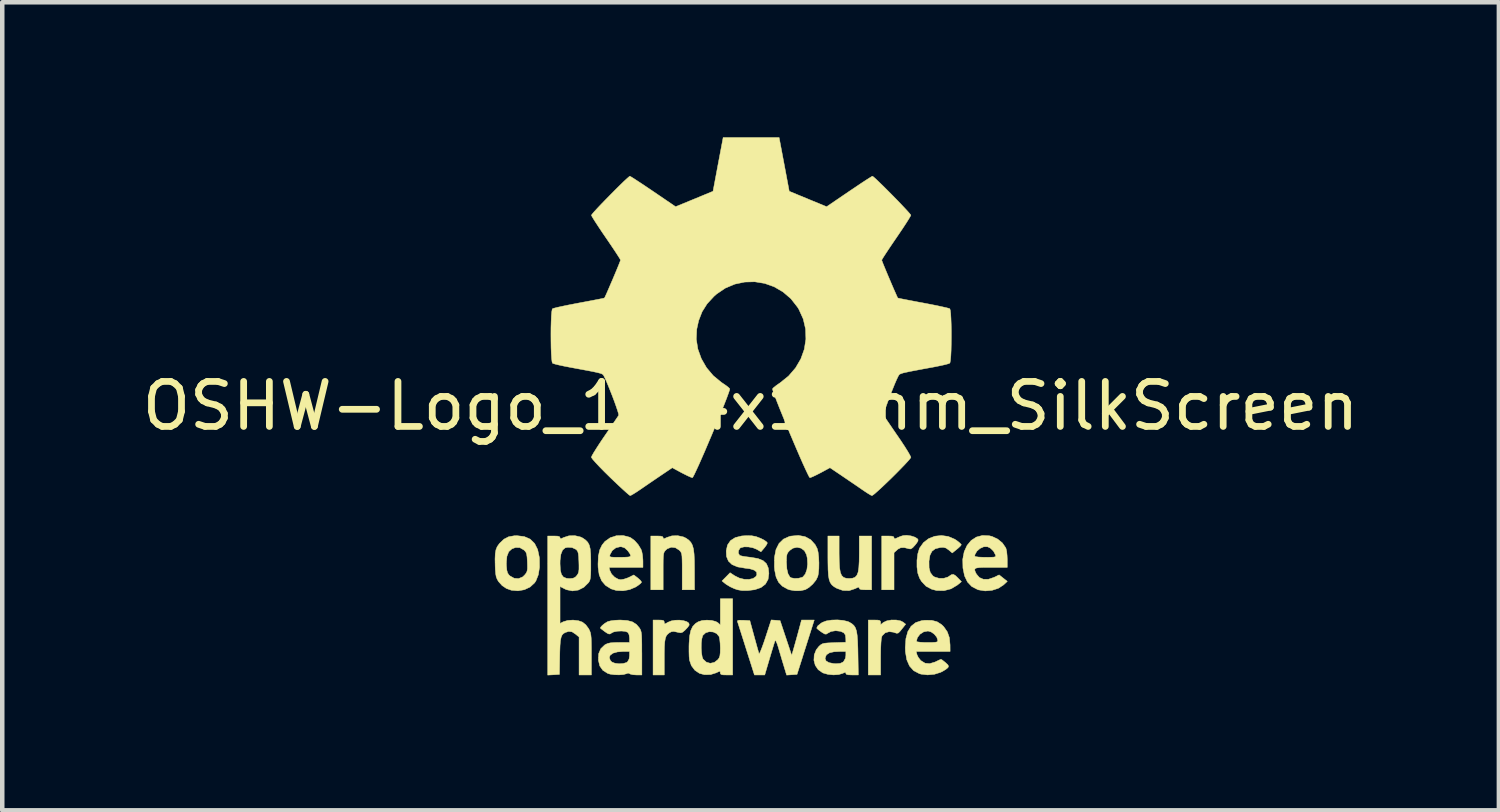
<source format=kicad_pcb>
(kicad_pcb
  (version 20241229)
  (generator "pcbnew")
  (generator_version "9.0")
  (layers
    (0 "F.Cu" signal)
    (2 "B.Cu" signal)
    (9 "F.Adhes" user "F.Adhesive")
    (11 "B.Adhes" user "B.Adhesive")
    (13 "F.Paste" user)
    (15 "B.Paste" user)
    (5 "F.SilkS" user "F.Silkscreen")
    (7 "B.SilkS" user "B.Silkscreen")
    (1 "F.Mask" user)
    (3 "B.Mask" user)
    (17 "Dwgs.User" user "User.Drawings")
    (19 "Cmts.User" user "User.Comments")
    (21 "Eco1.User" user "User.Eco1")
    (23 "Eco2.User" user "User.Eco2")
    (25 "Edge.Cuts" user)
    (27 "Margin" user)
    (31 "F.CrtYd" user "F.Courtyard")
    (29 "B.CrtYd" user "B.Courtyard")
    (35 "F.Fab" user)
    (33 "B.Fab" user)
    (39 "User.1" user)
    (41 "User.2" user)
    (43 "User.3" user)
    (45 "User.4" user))
  (footprint "OSHW-Logo_11.4x12mm_SilkScreen"
    (layer "F.Cu")
    (at 13.625 5.969)
    (property "Reference" "OSHW-Logo_11.4x12mm_SilkScreen" (at 0 0 180) (layer "F.SilkS") (effects (font (size 1 1) (thickness 0.15))))
    (attr exclude_from_pos_files exclude_from_bom)
    (fp_poly (pts (xy 3.564 2.887) (xy 3.649 2.914) (xy 3.704 2.947) (xy 3.722 2.973) (xy 3.717 3.004) (xy 3.685 3.053) (xy 3.658 3.087) (xy 3.602 3.149) (xy 3.56 3.176) (xy 3.524 3.174) (xy 3.418 3.147) (xy 3.34 3.148) (xy 3.277 3.179) (xy 3.256 3.197) (xy 3.187 3.26) (xy 3.187 4.084) (xy 2.914 4.084) (xy 2.914 2.889) (xy 3.05 2.889) (xy 3.133 2.892) (xy 3.175 2.903) (xy 3.187 2.926) (xy 3.187 2.927) (xy 3.193 2.95) (xy 3.22 2.947) (xy 3.256 2.93) (xy 3.331 2.898) (xy 3.392 2.879) (xy 3.471 2.874) (xy 3.564 2.887)) (stroke (width 0.01) (type solid)) (fill yes) (layer "F.SilkS"))
    (fp_poly (pts (xy 3.238 4.756) (xy 3.334 4.775) (xy 3.389 4.803) (xy 3.446 4.849) (xy 3.364 4.952) (xy 3.314 5.014) (xy 3.28 5.045) (xy 3.246 5.05) (xy 3.196 5.035) (xy 3.173 5.026) (xy 3.078 5.014) (xy 2.991 5.04) (xy 2.927 5.101) (xy 2.917 5.12) (xy 2.905 5.171) (xy 2.897 5.266) (xy 2.891 5.396) (xy 2.889 5.556) (xy 2.889 5.579) (xy 2.889 5.976) (xy 2.615 5.976) (xy 2.615 4.756) (xy 2.752 4.756) (xy 2.831 4.758) (xy 2.872 4.768) (xy 2.887 4.788) (xy 2.889 4.808) (xy 2.889 4.859) (xy 2.954 4.808) (xy 3.029 4.773) (xy 3.131 4.755) (xy 3.238 4.756)) (stroke (width 0.01) (type solid)) (fill yes) (layer "F.SilkS"))
    (fp_poly (pts (xy -1.967 4.759) (xy -1.93 4.77) (xy -1.918 4.795) (xy -1.917 4.806) (xy -1.915 4.837) (xy -1.9 4.841) (xy -1.86 4.82) (xy -1.837 4.806) (xy -1.761 4.775) (xy -1.672 4.76) (xy -1.577 4.758) (xy -1.489 4.77) (xy -1.417 4.792) (xy -1.372 4.824) (xy -1.363 4.865) (xy -1.367 4.875) (xy -1.4 4.921) (xy -1.452 4.976) (xy -1.461 4.985) (xy -1.51 5.026) (xy -1.552 5.04) (xy -1.611 5.03) (xy -1.635 5.024) (xy -1.708 5.009) (xy -1.76 5.016) (xy -1.804 5.039) (xy -1.844 5.071) (xy -1.874 5.111) (xy -1.894 5.166) (xy -1.907 5.245) (xy -1.914 5.355) (xy -1.917 5.503) (xy -1.917 5.592) (xy -1.917 5.976) (xy -2.166 5.976) (xy -2.166 4.756) (xy -2.042 4.756) (xy -1.967 4.759)) (stroke (width 0.01) (type solid)) (fill yes) (layer "F.SilkS"))
    (fp_poly (pts (xy 1.967 3.276) (xy 1.97 3.459) (xy 1.978 3.598) (xy 1.995 3.698) (xy 2.023 3.766) (xy 2.065 3.808) (xy 2.121 3.828) (xy 2.191 3.833) (xy 2.265 3.827) (xy 2.321 3.806) (xy 2.361 3.763) (xy 2.389 3.694) (xy 2.405 3.591) (xy 2.413 3.451) (xy 2.415 3.276) (xy 2.415 2.889) (xy 2.689 2.889) (xy 2.689 4.084) (xy 2.552 4.084) (xy 2.47 4.081) (xy 2.427 4.069) (xy 2.415 4.047) (xy 2.408 4.027) (xy 2.38 4.031) (xy 2.322 4.059) (xy 2.191 4.102) (xy 2.051 4.099) (xy 1.918 4.052) (xy 1.854 4.015) (xy 1.806 3.975) (xy 1.77 3.924) (xy 1.746 3.857) (xy 1.73 3.765) (xy 1.722 3.642) (xy 1.719 3.481) (xy 1.718 3.356) (xy 1.718 2.889) (xy 1.967 2.889) (xy 1.967 3.276)) (stroke (width 0.01) (type solid)) (fill yes) (layer "F.SilkS"))
    (fp_poly (pts (xy -1.493 2.909) (xy -1.431 2.939) (xy -1.371 2.982) (xy -1.326 3.031) (xy -1.292 3.094) (xy -1.269 3.177) (xy -1.255 3.288) (xy -1.248 3.434) (xy -1.246 3.622) (xy -1.246 3.642) (xy -1.245 4.084) (xy -1.519 4.084) (xy -1.519 3.676) (xy -1.519 3.525) (xy -1.521 3.416) (xy -1.524 3.34) (xy -1.531 3.289) (xy -1.543 3.255) (xy -1.56 3.229) (xy -1.585 3.203) (xy -1.67 3.149) (xy -1.762 3.138) (xy -1.851 3.173) (xy -1.881 3.199) (xy -1.904 3.223) (xy -1.92 3.249) (xy -1.931 3.285) (xy -1.937 3.339) (xy -1.941 3.418) (xy -1.942 3.533) (xy -1.942 3.672) (xy -1.942 4.084) (xy -2.216 4.084) (xy -2.216 2.889) (xy -2.079 2.889) (xy -1.997 2.892) (xy -1.955 2.903) (xy -1.942 2.926) (xy -1.942 2.927) (xy -1.937 2.949) (xy -1.911 2.946) (xy -1.861 2.922) (xy -1.748 2.886) (xy -1.618 2.882) (xy -1.493 2.909)) (stroke (width 0.01) (type solid)) (fill yes) (layer "F.SilkS"))
    (fp_poly (pts (xy 4.391 2.899) (xy 4.535 2.96) (xy 4.581 2.99) (xy 4.639 3.036) (xy 4.675 3.072) (xy 4.682 3.084) (xy 4.664 3.11) (xy 4.618 3.154) (xy 4.581 3.185) (xy 4.481 3.266) (xy 4.402 3.199) (xy 4.341 3.156) (xy 4.281 3.141) (xy 4.213 3.145) (xy 4.104 3.172) (xy 4.03 3.228) (xy 3.985 3.318) (xy 3.964 3.448) (xy 3.964 3.449) (xy 3.966 3.594) (xy 3.993 3.701) (xy 4.049 3.774) (xy 4.086 3.799) (xy 4.186 3.829) (xy 4.293 3.829) (xy 4.386 3.8) (xy 4.408 3.785) (xy 4.463 3.748) (xy 4.506 3.742) (xy 4.552 3.769) (xy 4.604 3.819) (xy 4.685 3.903) (xy 4.595 3.978) (xy 4.455 4.062) (xy 4.298 4.103) (xy 4.134 4.1) (xy 4.026 4.072) (xy 3.899 4.005) (xy 3.798 3.898) (xy 3.753 3.822) (xy 3.715 3.714) (xy 3.697 3.577) (xy 3.697 3.429) (xy 3.715 3.286) (xy 3.751 3.167) (xy 3.757 3.155) (xy 3.842 3.035) (xy 3.957 2.947) (xy 4.093 2.894) (xy 4.24 2.878) (xy 4.391 2.899)) (stroke (width 0.01) (type solid)) (fill yes) (layer "F.SilkS"))
    (fp_poly (pts (xy 1.21 2.903) (xy 1.336 2.972) (xy 1.434 3.08) (xy 1.48 3.168) (xy 1.5 3.246) (xy 1.513 3.357) (xy 1.519 3.485) (xy 1.517 3.613) (xy 1.506 3.726) (xy 1.494 3.786) (xy 1.454 3.868) (xy 1.383 3.956) (xy 1.298 4.032) (xy 1.214 4.082) (xy 1.212 4.082) (xy 1.108 4.104) (xy 0.985 4.105) (xy 0.867 4.085) (xy 0.822 4.069) (xy 0.705 4.003) (xy 0.622 3.916) (xy 0.567 3.801) (xy 0.536 3.651) (xy 0.529 3.572) (xy 0.53 3.473) (xy 0.797 3.473) (xy 0.806 3.618) (xy 0.832 3.728) (xy 0.873 3.798) (xy 0.902 3.818) (xy 0.977 3.832) (xy 1.066 3.828) (xy 1.144 3.808) (xy 1.164 3.797) (xy 1.217 3.732) (xy 1.252 3.633) (xy 1.267 3.513) (xy 1.26 3.383) (xy 1.244 3.306) (xy 1.197 3.216) (xy 1.123 3.16) (xy 1.033 3.14) (xy 0.941 3.16) (xy 0.87 3.21) (xy 0.832 3.252) (xy 0.811 3.292) (xy 0.8 3.347) (xy 0.797 3.432) (xy 0.797 3.473) (xy 0.53 3.473) (xy 0.531 3.362) (xy 0.565 3.189) (xy 0.632 3.055) (xy 0.731 2.958) (xy 0.862 2.899) (xy 0.89 2.892) (xy 1.06 2.876) (xy 1.21 2.903)) (stroke (width 0.01) (type solid)) (fill yes) (layer "F.SilkS"))
    (fp_poly (pts (xy 0.558 4.761) (xy 0.656 4.769) (xy 0.785 5.155) (xy 0.914 5.541) (xy 0.954 5.404) (xy 0.978 5.319) (xy 1.01 5.205) (xy 1.045 5.079) (xy 1.063 5.012) (xy 1.132 4.756) (xy 1.415 4.756) (xy 1.33 5.024) (xy 1.288 5.156) (xy 1.238 5.314) (xy 1.185 5.48) (xy 1.139 5.628) (xy 1.032 5.964) (xy 0.801 5.979) (xy 0.738 5.772) (xy 0.699 5.644) (xy 0.657 5.502) (xy 0.62 5.377) (xy 0.619 5.372) (xy 0.592 5.288) (xy 0.567 5.23) (xy 0.55 5.208) (xy 0.547 5.21) (xy 0.534 5.244) (xy 0.511 5.317) (xy 0.48 5.419) (xy 0.443 5.542) (xy 0.423 5.609) (xy 0.315 5.976) (xy 0.086 5.976) (xy -0.098 5.397) (xy -0.149 5.235) (xy -0.196 5.088) (xy -0.236 4.962) (xy -0.267 4.865) (xy -0.287 4.804) (xy -0.293 4.786) (xy -0.288 4.768) (xy -0.251 4.76) (xy -0.173 4.761) (xy -0.16 4.761) (xy -0.016 4.769) (xy 0.079 5.117) (xy 0.114 5.244) (xy 0.145 5.356) (xy 0.17 5.443) (xy 0.185 5.495) (xy 0.188 5.503) (xy 0.2 5.494) (xy 0.224 5.443) (xy 0.257 5.359) (xy 0.297 5.248) (xy 0.331 5.147) (xy 0.459 4.754) (xy 0.558 4.761)) (stroke (width 0.01) (type solid)) (fill yes) (layer "F.SilkS"))
    (fp_poly (pts (xy -5.027 2.902) (xy -4.896 2.959) (xy -4.798 3.055) (xy -4.73 3.19) (xy -4.693 3.364) (xy -4.691 3.391) (xy -4.689 3.582) (xy -4.715 3.75) (xy -4.769 3.886) (xy -4.798 3.93) (xy -4.898 4.022) (xy -5.025 4.082) (xy -5.168 4.107) (xy -5.314 4.094) (xy -5.424 4.055) (xy -5.52 3.99) (xy -5.597 3.904) (xy -5.599 3.902) (xy -5.63 3.849) (xy -5.651 3.795) (xy -5.663 3.728) (xy -5.671 3.633) (xy -5.674 3.555) (xy -5.675 3.484) (xy -5.426 3.484) (xy -5.424 3.554) (xy -5.415 3.648) (xy -5.399 3.708) (xy -5.371 3.751) (xy -5.345 3.776) (xy -5.252 3.828) (xy -5.154 3.835) (xy -5.063 3.798) (xy -5.018 3.755) (xy -4.985 3.713) (xy -4.966 3.672) (xy -4.957 3.619) (xy -4.957 3.54) (xy -4.959 3.467) (xy -4.965 3.363) (xy -4.974 3.295) (xy -4.99 3.251) (xy -5.017 3.217) (xy -5.038 3.198) (xy -5.127 3.147) (xy -5.223 3.145) (xy -5.303 3.175) (xy -5.372 3.237) (xy -5.413 3.34) (xy -5.426 3.484) (xy -5.675 3.484) (xy -5.677 3.4) (xy -5.672 3.284) (xy -5.657 3.196) (xy -5.63 3.128) (xy -5.588 3.067) (xy -5.573 3.049) (xy -5.478 2.959) (xy -5.375 2.906) (xy -5.25 2.884) (xy -5.189 2.882) (xy -5.027 2.902)) (stroke (width 0.01) (type solid)) (fill yes) (layer "F.SilkS"))
    (fp_poly (pts (xy -0.398 5.976) (xy -0.535 5.976) (xy -0.615 5.974) (xy -0.656 5.964) (xy -0.671 5.944) (xy -0.672 5.929) (xy -0.675 5.901) (xy -0.691 5.895) (xy -0.732 5.913) (xy -0.765 5.929) (xy -0.889 5.968) (xy -1.024 5.97) (xy -1.134 5.941) (xy -1.237 5.872) (xy -1.315 5.769) (xy -1.357 5.647) (xy -1.358 5.64) (xy -1.365 5.566) (xy -1.368 5.46) (xy -1.368 5.379) (xy -1.096 5.379) (xy -1.089 5.486) (xy -1.075 5.574) (xy -1.056 5.624) (xy -0.982 5.692) (xy -0.895 5.717) (xy -0.805 5.697) (xy -0.728 5.638) (xy -0.699 5.598) (xy -0.682 5.551) (xy -0.674 5.482) (xy -0.672 5.379) (xy -0.676 5.276) (xy -0.685 5.186) (xy -0.698 5.126) (xy -0.7 5.12) (xy -0.754 5.056) (xy -0.831 5.021) (xy -0.918 5.015) (xy -0.998 5.039) (xy -1.058 5.095) (xy -1.064 5.106) (xy -1.083 5.173) (xy -1.094 5.269) (xy -1.096 5.379) (xy -1.368 5.379) (xy -1.368 5.338) (xy -1.366 5.273) (xy -1.354 5.111) (xy -1.328 4.99) (xy -1.286 4.9) (xy -1.224 4.834) (xy -1.163 4.795) (xy -1.078 4.767) (xy -0.972 4.758) (xy -0.864 4.765) (xy -0.772 4.789) (xy -0.723 4.818) (xy -0.672 4.864) (xy -0.672 4.283) (xy -0.398 4.283) (xy -0.398 5.976)) (stroke (width 0.01) (type solid)) (fill yes) (layer "F.SilkS"))
    (fp_poly (pts (xy 5.303 2.884) (xy 5.367 2.9) (xy 5.489 2.957) (xy 5.594 3.043) (xy 5.666 3.147) (xy 5.676 3.17) (xy 5.69 3.231) (xy 5.699 3.322) (xy 5.703 3.413) (xy 5.703 3.586) (xy 5.341 3.586) (xy 5.193 3.586) (xy 5.088 3.59) (xy 5.021 3.599) (xy 4.987 3.616) (xy 4.979 3.643) (xy 4.992 3.684) (xy 5.016 3.732) (xy 5.082 3.811) (xy 5.174 3.851) (xy 5.286 3.85) (xy 5.412 3.807) (xy 5.522 3.753) (xy 5.613 3.825) (xy 5.704 3.897) (xy 5.619 3.976) (xy 5.504 4.051) (xy 5.364 4.096) (xy 5.212 4.109) (xy 5.066 4.086) (xy 5.043 4.078) (xy 4.914 4.011) (xy 4.819 3.911) (xy 4.754 3.775) (xy 4.718 3.6) (xy 4.718 3.597) (xy 4.714 3.406) (xy 4.727 3.338) (xy 4.98 3.338) (xy 5.004 3.348) (xy 5.067 3.357) (xy 5.16 3.361) (xy 5.219 3.362) (xy 5.329 3.361) (xy 5.397 3.359) (xy 5.433 3.351) (xy 5.446 3.337) (xy 5.443 3.315) (xy 5.44 3.306) (xy 5.395 3.223) (xy 5.325 3.156) (xy 5.263 3.127) (xy 5.181 3.128) (xy 5.098 3.165) (xy 5.028 3.226) (xy 4.986 3.299) (xy 4.98 3.338) (xy 4.727 3.338) (xy 4.746 3.238) (xy 4.81 3.098) (xy 4.901 2.988) (xy 5.016 2.913) (xy 5.151 2.877) (xy 5.303 2.884)) (stroke (width 0.01) (type solid)) (fill yes) (layer "F.SilkS"))
    (fp_poly (pts (xy 0.028 2.884) (xy 0.122 2.902) (xy 0.22 2.94) (xy 0.23 2.944) (xy 0.305 2.983) (xy 0.356 3.02) (xy 0.373 3.043) (xy 0.357 3.081) (xy 0.318 3.137) (xy 0.301 3.158) (xy 0.231 3.24) (xy 0.14 3.186) (xy 0.054 3.151) (xy -0.045 3.132) (xy -0.141 3.13) (xy -0.215 3.148) (xy -0.233 3.159) (xy -0.266 3.211) (xy -0.271 3.27) (xy -0.245 3.316) (xy -0.23 3.324) (xy -0.186 3.336) (xy -0.107 3.349) (xy -0.01 3.361) (xy 0.008 3.363) (xy 0.164 3.39) (xy 0.278 3.436) (xy 0.353 3.505) (xy 0.394 3.601) (xy 0.407 3.719) (xy 0.389 3.852) (xy 0.331 3.957) (xy 0.232 4.034) (xy 0.093 4.082) (xy -0.062 4.101) (xy -0.189 4.101) (xy -0.291 4.083) (xy -0.361 4.059) (xy -0.45 4.018) (xy -0.531 3.97) (xy -0.56 3.949) (xy -0.635 3.888) (xy -0.545 3.797) (xy -0.455 3.705) (xy -0.352 3.773) (xy -0.25 3.824) (xy -0.14 3.851) (xy -0.034 3.853) (xy 0.056 3.833) (xy 0.119 3.789) (xy 0.139 3.753) (xy 0.136 3.694) (xy 0.085 3.649) (xy -0.013 3.618) (xy -0.121 3.604) (xy -0.287 3.576) (xy -0.41 3.525) (xy -0.492 3.447) (xy -0.535 3.343) (xy -0.541 3.218) (xy -0.512 3.089) (xy -0.445 2.991) (xy -0.34 2.924) (xy -0.196 2.888) (xy -0.089 2.881) (xy 0.028 2.884)) (stroke (width 0.01) (type solid)) (fill yes) (layer "F.SilkS"))
    (fp_poly (pts (xy 4.025 4.763) (xy 4.144 4.794) (xy 4.244 4.858) (xy 4.292 4.905) (xy 4.371 5.018) (xy 4.417 5.149) (xy 4.432 5.31) (xy 4.432 5.323) (xy 4.433 5.454) (xy 3.68 5.454) (xy 3.696 5.522) (xy 3.725 5.584) (xy 3.776 5.649) (xy 3.786 5.659) (xy 3.877 5.715) (xy 3.981 5.724) (xy 4.101 5.688) (xy 4.121 5.678) (xy 4.183 5.648) (xy 4.225 5.63) (xy 4.232 5.629) (xy 4.258 5.644) (xy 4.306 5.682) (xy 4.331 5.702) (xy 4.382 5.75) (xy 4.398 5.781) (xy 4.387 5.81) (xy 4.38 5.817) (xy 4.338 5.852) (xy 4.269 5.894) (xy 4.221 5.918) (xy 4.084 5.961) (xy 3.932 5.975) (xy 3.788 5.958) (xy 3.748 5.946) (xy 3.623 5.88) (xy 3.531 5.777) (xy 3.47 5.637) (xy 3.44 5.459) (xy 3.437 5.366) (xy 3.447 5.231) (xy 3.685 5.231) (xy 3.709 5.241) (xy 3.771 5.249) (xy 3.861 5.254) (xy 3.922 5.254) (xy 4.032 5.254) (xy 4.101 5.25) (xy 4.14 5.242) (xy 4.156 5.227) (xy 4.159 5.205) (xy 4.137 5.138) (xy 4.084 5.072) (xy 4.013 5.021) (xy 3.942 5) (xy 3.846 5.018) (xy 3.763 5.072) (xy 3.705 5.149) (xy 3.685 5.231) (xy 3.447 5.231) (xy 3.451 5.169) (xy 3.494 5.012) (xy 3.566 4.894) (xy 3.668 4.813) (xy 3.802 4.769) (xy 3.875 4.761) (xy 4.025 4.763)) (stroke (width 0.01) (type solid)) (fill yes) (layer "F.SilkS"))
    (fp_poly (pts (xy -2.687 2.916) (xy -2.662 2.928) (xy -2.576 2.991) (xy -2.495 3.083) (xy -2.434 3.184) (xy -2.417 3.23) (xy -2.401 3.313) (xy -2.392 3.414) (xy -2.391 3.455) (xy -2.391 3.586) (xy -3.143 3.586) (xy -3.127 3.654) (xy -3.088 3.735) (xy -3.019 3.805) (xy -2.937 3.85) (xy -2.885 3.86) (xy -2.814 3.848) (xy -2.73 3.82) (xy -2.701 3.807) (xy -2.595 3.754) (xy -2.504 3.823) (xy -2.452 3.87) (xy -2.424 3.908) (xy -2.423 3.919) (xy -2.448 3.947) (xy -2.502 3.989) (xy -2.551 4.021) (xy -2.685 4.079) (xy -2.834 4.106) (xy -2.982 4.099) (xy -3.1 4.063) (xy -3.222 3.986) (xy -3.308 3.885) (xy -3.363 3.754) (xy -3.387 3.587) (xy -3.389 3.511) (xy -3.381 3.337) (xy -3.38 3.332) (xy -3.13 3.332) (xy -3.123 3.348) (xy -3.095 3.357) (xy -3.037 3.361) (xy -2.94 3.362) (xy -2.903 3.362) (xy -2.789 3.36) (xy -2.717 3.356) (xy -2.679 3.346) (xy -2.665 3.33) (xy -2.665 3.325) (xy -2.68 3.284) (xy -2.719 3.228) (xy -2.736 3.208) (xy -2.798 3.152) (xy -2.864 3.13) (xy -2.899 3.128) (xy -2.993 3.151) (xy -3.073 3.213) (xy -3.123 3.303) (xy -3.124 3.306) (xy -3.13 3.332) (xy -3.38 3.332) (xy -3.352 3.199) (xy -3.299 3.089) (xy -3.236 3.011) (xy -3.118 2.927) (xy -2.979 2.882) (xy -2.831 2.878) (xy -2.687 2.916)) (stroke (width 0.01) (type solid)) (fill yes) (layer "F.SilkS"))
    (fp_poly (pts (xy 2.056 4.764) (xy 2.161 4.789) (xy 2.192 4.803) (xy 2.251 4.838) (xy 2.296 4.878) (xy 2.329 4.929) (xy 2.353 4.999) (xy 2.368 5.093) (xy 2.378 5.22) (xy 2.384 5.386) (xy 2.386 5.497) (xy 2.394 5.976) (xy 2.256 5.976) (xy 2.171 5.973) (xy 2.128 5.961) (xy 2.117 5.941) (xy 2.111 5.919) (xy 2.084 5.923) (xy 2.048 5.94) (xy 1.958 5.967) (xy 1.842 5.975) (xy 1.72 5.963) (xy 1.611 5.932) (xy 1.602 5.928) (xy 1.503 5.859) (xy 1.437 5.762) (xy 1.407 5.649) (xy 1.41 5.608) (xy 1.655 5.608) (xy 1.676 5.663) (xy 1.74 5.702) (xy 1.844 5.723) (xy 1.899 5.726) (xy 1.991 5.719) (xy 2.052 5.691) (xy 2.067 5.678) (xy 2.107 5.606) (xy 2.117 5.541) (xy 2.117 5.454) (xy 1.995 5.454) (xy 1.854 5.461) (xy 1.755 5.483) (xy 1.693 5.523) (xy 1.679 5.541) (xy 1.655 5.608) (xy 1.41 5.608) (xy 1.414 5.53) (xy 1.459 5.417) (xy 1.52 5.34) (xy 1.557 5.307) (xy 1.594 5.285) (xy 1.641 5.272) (xy 1.711 5.265) (xy 1.815 5.26) (xy 1.857 5.258) (xy 2.117 5.25) (xy 2.116 5.171) (xy 2.106 5.088) (xy 2.07 5.038) (xy 1.996 5.006) (xy 1.994 5.006) (xy 1.89 4.993) (xy 1.788 5.01) (xy 1.712 5.05) (xy 1.682 5.069) (xy 1.649 5.067) (xy 1.599 5.038) (xy 1.569 5.018) (xy 1.511 4.975) (xy 1.475 4.943) (xy 1.47 4.933) (xy 1.493 4.886) (xy 1.563 4.829) (xy 1.594 4.809) (xy 1.681 4.776) (xy 1.799 4.757) (xy 1.93 4.753) (xy 2.056 4.764)) (stroke (width 0.01) (type solid)) (fill yes) (layer "F.SilkS"))
    (fp_poly (pts (xy -2.741 4.766) (xy -2.624 4.797) (xy -2.535 4.854) (xy -2.472 4.928) (xy -2.452 4.96) (xy -2.438 4.993) (xy -2.428 5.035) (xy -2.421 5.095) (xy -2.418 5.179) (xy -2.416 5.296) (xy -2.416 5.453) (xy -2.415 5.495) (xy -2.415 5.976) (xy -2.535 5.976) (xy -2.611 5.971) (xy -2.668 5.958) (xy -2.682 5.949) (xy -2.72 5.935) (xy -2.76 5.949) (xy -2.825 5.967) (xy -2.919 5.974) (xy -3.024 5.971) (xy -3.119 5.958) (xy -3.175 5.941) (xy -3.283 5.872) (xy -3.35 5.776) (xy -3.381 5.648) (xy -3.381 5.645) (xy -3.378 5.588) (xy -3.138 5.588) (xy -3.117 5.652) (xy -3.082 5.689) (xy -3.013 5.716) (xy -2.923 5.727) (xy -2.83 5.722) (xy -2.756 5.7) (xy -2.735 5.686) (xy -2.699 5.622) (xy -2.689 5.549) (xy -2.689 5.454) (xy -2.827 5.454) (xy -2.958 5.464) (xy -3.057 5.492) (xy -3.119 5.537) (xy -3.138 5.588) (xy -3.378 5.588) (xy -3.375 5.505) (xy -3.328 5.394) (xy -3.242 5.311) (xy -3.23 5.303) (xy -3.178 5.278) (xy -3.115 5.263) (xy -3.026 5.256) (xy -2.92 5.254) (xy -2.689 5.254) (xy -2.689 5.158) (xy -2.699 5.083) (xy -2.724 5.033) (xy -2.727 5.03) (xy -2.783 5.008) (xy -2.866 5) (xy -2.959 5.004) (xy -3.041 5.02) (xy -3.089 5.044) (xy -3.116 5.063) (xy -3.143 5.067) (xy -3.182 5.051) (xy -3.24 5.012) (xy -3.327 4.945) (xy -3.335 4.939) (xy -3.331 4.916) (xy -3.296 4.877) (xy -3.245 4.835) (xy -3.188 4.799) (xy -3.17 4.79) (xy -3.104 4.773) (xy -3.008 4.761) (xy -2.901 4.756) (xy -2.896 4.756) (xy -2.741 4.766)) (stroke (width 0.01) (type solid)) (fill yes) (layer "F.SilkS"))
    (fp_poly (pts (xy -3.78 2.91) (xy -3.728 2.935) (xy -3.663 2.981) (xy -3.616 3.03) (xy -3.583 3.092) (xy -3.563 3.175) (xy -3.553 3.288) (xy -3.549 3.438) (xy -3.549 3.503) (xy -3.549 3.645) (xy -3.552 3.747) (xy -3.558 3.817) (xy -3.568 3.865) (xy -3.584 3.901) (xy -3.6 3.925) (xy -3.704 4.028) (xy -3.826 4.09) (xy -3.958 4.109) (xy -4.091 4.082) (xy -4.133 4.062) (xy -4.233 4.01) (xy -4.233 4.832) (xy -4.16 4.794) (xy -4.063 4.765) (xy -3.944 4.757) (xy -3.825 4.771) (xy -3.736 4.802) (xy -3.661 4.862) (xy -3.598 4.947) (xy -3.593 4.956) (xy -3.573 4.997) (xy -3.558 5.038) (xy -3.548 5.089) (xy -3.541 5.156) (xy -3.538 5.249) (xy -3.536 5.377) (xy -3.536 5.52) (xy -3.536 5.976) (xy -3.81 5.976) (xy -3.81 5.134) (xy -3.887 5.07) (xy -3.966 5.018) (xy -4.042 5.009) (xy -4.117 5.033) (xy -4.158 5.057) (xy -4.188 5.09) (xy -4.209 5.141) (xy -4.224 5.216) (xy -4.233 5.323) (xy -4.238 5.469) (xy -4.24 5.566) (xy -4.246 5.964) (xy -4.377 5.972) (xy -4.507 5.979) (xy -4.507 3.507) (xy -4.233 3.507) (xy -4.226 3.644) (xy -4.203 3.74) (xy -4.159 3.8) (xy -4.091 3.829) (xy -4.022 3.835) (xy -3.944 3.828) (xy -3.892 3.802) (xy -3.859 3.766) (xy -3.834 3.729) (xy -3.819 3.687) (xy -3.812 3.628) (xy -3.812 3.539) (xy -3.814 3.465) (xy -3.819 3.354) (xy -3.827 3.281) (xy -3.84 3.234) (xy -3.861 3.203) (xy -3.881 3.185) (xy -3.965 3.146) (xy -4.063 3.14) (xy -4.12 3.153) (xy -4.176 3.201) (xy -4.214 3.295) (xy -4.232 3.433) (xy -4.233 3.507) (xy -4.507 3.507) (xy -4.507 2.889) (xy -4.37 2.889) (xy -4.288 2.892) (xy -4.246 2.903) (xy -4.233 2.926) (xy -4.233 2.927) (xy -4.228 2.949) (xy -4.202 2.946) (xy -4.152 2.922) (xy -4.036 2.885) (xy -3.905 2.881) (xy -3.78 2.91)) (stroke (width 0.01) (type solid)) (fill yes) (layer "F.SilkS"))
    (fp_poly (pts (xy 0.747 -5.367) (xy 0.859 -4.77) (xy 1.275 -4.598) (xy 1.69 -4.427) (xy 2.188 -4.766) (xy 2.328 -4.86) (xy 2.454 -4.945) (xy 2.561 -5.015) (xy 2.643 -5.067) (xy 2.693 -5.098) (xy 2.707 -5.105) (xy 2.732 -5.088) (xy 2.785 -5.041) (xy 2.86 -4.969) (xy 2.952 -4.88) (xy 3.054 -4.778) (xy 3.161 -4.67) (xy 3.266 -4.563) (xy 3.363 -4.461) (xy 3.447 -4.372) (xy 3.512 -4.301) (xy 3.552 -4.253) (xy 3.561 -4.238) (xy 3.547 -4.209) (xy 3.509 -4.145) (xy 3.451 -4.053) (xy 3.376 -3.939) (xy 3.288 -3.809) (xy 3.237 -3.734) (xy 3.145 -3.599) (xy 3.063 -3.477) (xy 2.995 -3.374) (xy 2.945 -3.296) (xy 2.918 -3.25) (xy 2.914 -3.24) (xy 2.923 -3.213) (xy 2.948 -3.149) (xy 2.986 -3.057) (xy 3.032 -2.946) (xy 3.083 -2.826) (xy 3.134 -2.706) (xy 3.182 -2.594) (xy 3.224 -2.5) (xy 3.254 -2.432) (xy 3.271 -2.399) (xy 3.272 -2.398) (xy 3.297 -2.392) (xy 3.364 -2.378) (xy 3.466 -2.358) (xy 3.597 -2.333) (xy 3.748 -2.304) (xy 3.837 -2.288) (xy 3.998 -2.257) (xy 4.145 -2.228) (xy 4.268 -2.201) (xy 4.36 -2.18) (xy 4.415 -2.165) (xy 4.426 -2.16) (xy 4.437 -2.127) (xy 4.446 -2.053) (xy 4.452 -1.947) (xy 4.457 -1.817) (xy 4.46 -1.671) (xy 4.46 -1.519) (xy 4.458 -1.369) (xy 4.455 -1.23) (xy 4.449 -1.11) (xy 4.441 -1.018) (xy 4.431 -0.962) (xy 4.425 -0.951) (xy 4.39 -0.937) (xy 4.316 -0.917) (xy 4.212 -0.894) (xy 4.089 -0.869) (xy 4.046 -0.861) (xy 3.838 -0.823) (xy 3.674 -0.792) (xy 3.548 -0.768) (xy 3.455 -0.748) (xy 3.389 -0.733) (xy 3.346 -0.719) (xy 3.318 -0.707) (xy 3.302 -0.696) (xy 3.3 -0.693) (xy 3.278 -0.656) (xy 3.243 -0.583) (xy 3.2 -0.483) (xy 3.153 -0.366) (xy 3.103 -0.241) (xy 3.056 -0.115) (xy 3.014 0.001) (xy 2.981 0.099) (xy 2.96 0.171) (xy 2.954 0.206) (xy 2.954 0.207) (xy 2.973 0.236) (xy 3.016 0.299) (xy 3.078 0.39) (xy 3.154 0.502) (xy 3.241 0.629) (xy 3.266 0.665) (xy 3.355 0.796) (xy 3.433 0.915) (xy 3.496 1.016) (xy 3.539 1.092) (xy 3.56 1.136) (xy 3.561 1.142) (xy 3.544 1.17) (xy 3.496 1.226) (xy 3.424 1.304) (xy 3.334 1.397) (xy 3.232 1.501) (xy 3.124 1.608) (xy 3.016 1.712) (xy 2.914 1.809) (xy 2.825 1.89) (xy 2.755 1.952) (xy 2.709 1.986) (xy 2.696 1.992) (xy 2.667 1.979) (xy 2.607 1.943) (xy 2.526 1.89) (xy 2.463 1.847) (xy 2.35 1.769) (xy 2.216 1.678) (xy 2.081 1.586) (xy 2.009 1.537) (xy 1.764 1.372) (xy 1.559 1.483) (xy 1.465 1.531) (xy 1.385 1.569) (xy 1.331 1.591) (xy 1.318 1.594) (xy 1.301 1.572) (xy 1.269 1.509) (xy 1.223 1.412) (xy 1.165 1.285) (xy 1.099 1.136) (xy 1.027 0.969) (xy 0.951 0.791) (xy 0.873 0.607) (xy 0.796 0.422) (xy 0.723 0.244) (xy 0.655 0.077) (xy 0.596 -0.072) (xy 0.547 -0.199) (xy 0.511 -0.297) (xy 0.491 -0.36) (xy 0.488 -0.381) (xy 0.513 -0.409) (xy 0.57 -0.454) (xy 0.644 -0.506) (xy 0.651 -0.51) (xy 0.844 -0.665) (xy 1 -0.846) (xy 1.117 -1.046) (xy 1.194 -1.261) (xy 1.229 -1.484) (xy 1.222 -1.71) (xy 1.17 -1.933) (xy 1.073 -2.147) (xy 1.044 -2.194) (xy 0.896 -2.383) (xy 0.72 -2.534) (xy 0.524 -2.648) (xy 0.313 -2.723) (xy 0.093 -2.759) (xy -0.13 -2.753) (xy -0.349 -2.707) (xy -0.559 -2.619) (xy -0.753 -2.488) (xy -0.813 -2.435) (xy -0.966 -2.269) (xy -1.077 -2.093) (xy -1.153 -1.897) (xy -1.196 -1.703) (xy -1.206 -1.484) (xy -1.171 -1.264) (xy -1.094 -1.051) (xy -0.979 -0.851) (xy -0.829 -0.673) (xy -0.647 -0.523) (xy -0.623 -0.507) (xy -0.548 -0.456) (xy -0.49 -0.411) (xy -0.463 -0.382) (xy -0.462 -0.381) (xy -0.468 -0.35) (xy -0.492 -0.28) (xy -0.53 -0.176) (xy -0.581 -0.045) (xy -0.642 0.109) (xy -0.711 0.278) (xy -0.786 0.458) (xy -0.863 0.643) (xy -0.941 0.826) (xy -1.016 1.003) (xy -1.088 1.167) (xy -1.152 1.312) (xy -1.208 1.433) (xy -1.251 1.524) (xy -1.281 1.579) (xy -1.293 1.594) (xy -1.329 1.582) (xy -1.397 1.552) (xy -1.485 1.508) (xy -1.534 1.483) (xy -1.739 1.372) (xy -1.984 1.537) (xy -2.109 1.622) (xy -2.246 1.715) (xy -2.374 1.803) (xy -2.438 1.847) (xy -2.528 1.908) (xy -2.605 1.956) (xy -2.658 1.986) (xy -2.675 1.992) (xy -2.7 1.975) (xy -2.755 1.928) (xy -2.835 1.856) (xy -2.934 1.764) (xy -3.048 1.656) (xy -3.12 1.587) (xy -3.245 1.464) (xy -3.354 1.353) (xy -3.441 1.26) (xy -3.503 1.19) (xy -3.534 1.147) (xy -3.537 1.138) (xy -3.523 1.105) (xy -3.485 1.038) (xy -3.426 0.944) (xy -3.352 0.829) (xy -3.266 0.701) (xy -3.241 0.665) (xy -3.152 0.535) (xy -3.072 0.418) (xy -3.006 0.321) (xy -2.958 0.25) (xy -2.932 0.211) (xy -2.93 0.207) (xy -2.933 0.176) (xy -2.953 0.108) (xy -2.985 0.013) (xy -3.026 -0.102) (xy -3.073 -0.227) (xy -3.123 -0.353) (xy -3.171 -0.472) (xy -3.214 -0.574) (xy -3.25 -0.65) (xy -3.273 -0.691) (xy -3.275 -0.693) (xy -3.29 -0.705) (xy -3.314 -0.717) (xy -3.355 -0.73) (xy -3.416 -0.745) (xy -3.503 -0.764) (xy -3.622 -0.787) (xy -3.779 -0.816) (xy -3.978 -0.853) (xy -4.021 -0.861) (xy -4.149 -0.886) (xy -4.26 -0.91) (xy -4.345 -0.931) (xy -4.394 -0.947) (xy -4.401 -0.951) (xy -4.411 -0.984) (xy -4.42 -1.058) (xy -4.427 -1.165) (xy -4.432 -1.295) (xy -4.434 -1.441) (xy -4.435 -1.593) (xy -4.434 -1.743) (xy -4.43 -1.882) (xy -4.425 -2.002) (xy -4.417 -2.093) (xy -4.407 -2.148) (xy -4.401 -2.16) (xy -4.369 -2.171) (xy -4.295 -2.19) (xy -4.186 -2.214) (xy -4.051 -2.242) (xy -3.896 -2.272) (xy -3.812 -2.288) (xy -3.652 -2.318) (xy -3.509 -2.345) (xy -3.391 -2.368) (xy -3.304 -2.385) (xy -3.255 -2.396) (xy -3.247 -2.398) (xy -3.233 -2.424) (xy -3.204 -2.487) (xy -3.164 -2.578) (xy -3.117 -2.688) (xy -3.065 -2.808) (xy -3.014 -2.929) (xy -2.967 -3.042) (xy -2.928 -3.137) (xy -2.901 -3.206) (xy -2.889 -3.24) (xy -2.889 -3.241) (xy -2.902 -3.268) (xy -2.94 -3.329) (xy -2.999 -3.42) (xy -3.074 -3.532) (xy -3.161 -3.661) (xy -3.212 -3.735) (xy -3.305 -3.871) (xy -3.387 -3.995) (xy -3.455 -4.099) (xy -3.505 -4.179) (xy -3.532 -4.227) (xy -3.536 -4.238) (xy -3.519 -4.263) (xy -3.473 -4.317) (xy -3.402 -4.394) (xy -3.314 -4.487) (xy -3.214 -4.59) (xy -3.108 -4.698) (xy -3.002 -4.805) (xy -2.902 -4.904) (xy -2.814 -4.99) (xy -2.743 -5.055) (xy -2.697 -5.095) (xy -2.682 -5.105) (xy -2.656 -5.091) (xy -2.596 -5.054) (xy -2.506 -4.995) (xy -2.393 -4.921) (xy -2.262 -4.833) (xy -2.163 -4.766) (xy -1.665 -4.427) (xy -1.25 -4.598) (xy -0.834 -4.77) (xy -0.722 -5.367) (xy -0.609 -5.964) (xy 0.634 -5.964) (xy 0.747 -5.367)) (stroke (width 0.01) (type solid)) (fill yes) (layer "F.SilkS")))
  (gr_rect
    (start -3 -3)
    (end 30.25 14.953)
    (stroke (width 0.1) (type default))
    (fill no)
    (layer "Edge.Cuts")))
</source>
